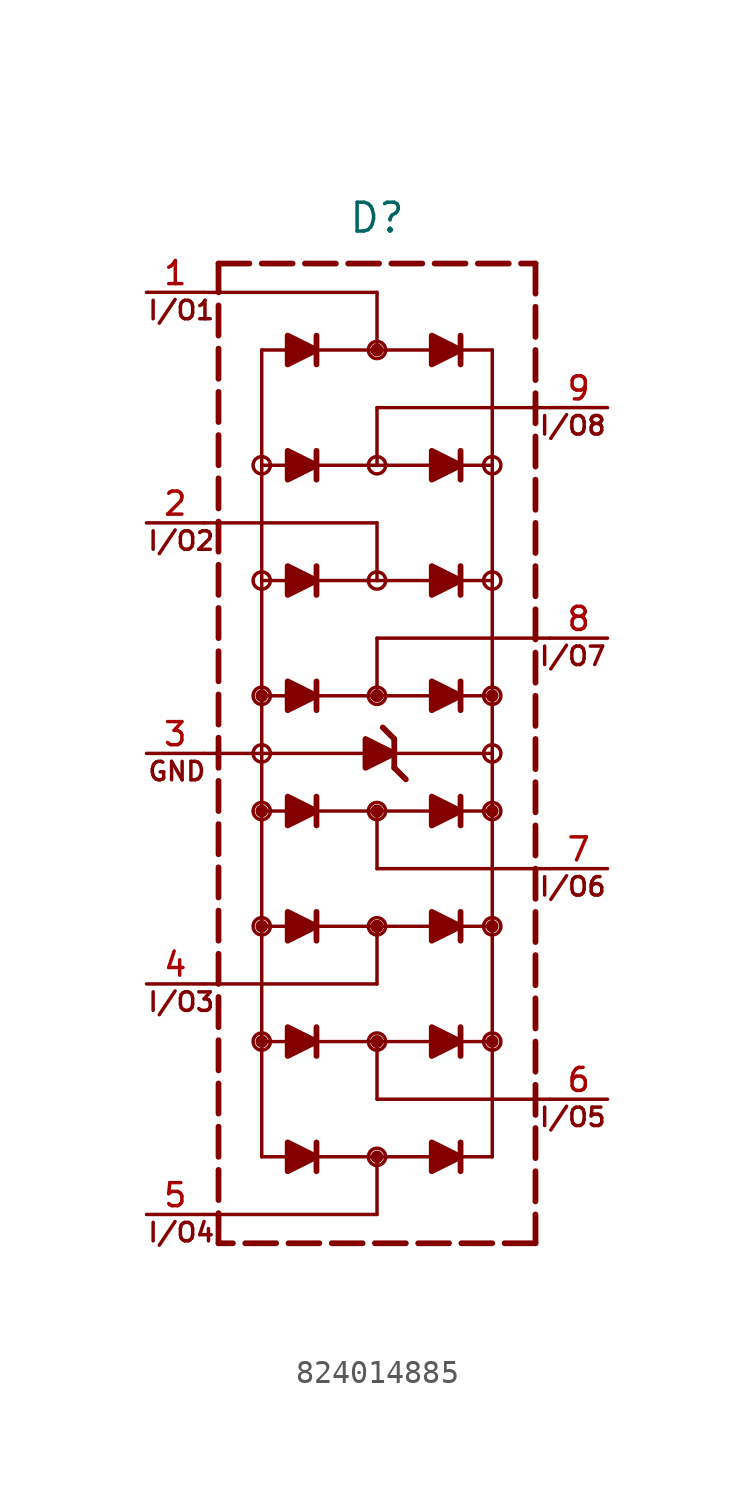
<source format=kicad_sym>
(kicad_symbol_lib
  (version 20231120)
  (generator "kicad_symbol_editor")
  (generator_version "8.0")
  (symbol "824014885"
    (pin_names
      (offset 1.016))
    (property "Reference" "D"
      (at 0 22.86 0)
      (effects (font (size 1.27 1.27)) (justify bottom)))
    (symbol "824014885_0_0"
      (circle (center -5.08 -12.7) (radius 0.025) (stroke (width 0.254) (type default)) (fill (type none)))
      (circle (center -5.08 -12.7) (radius 0.381) (stroke (width 0) (type default)) (fill (type none)))
      (circle (center -5.08 -7.62) (radius 0.025) (stroke (width 0.254) (type default)) (fill (type none)))
      (circle (center -5.08 -7.62) (radius 0.381) (stroke (width 0) (type default)) (fill (type none)))
      (circle (center -5.08 -2.54) (radius 0.025) (stroke (width 0.254) (type default)) (fill (type none)))
      (circle (center -5.08 -2.54) (radius 0.381) (stroke (width 0) (type default)) (fill (type none)))
      (circle (center -5.08 0) (radius 0.381) (stroke (width 0) (type default)) (fill (type none)))
      (circle (center -5.08 2.54) (radius 0.025) (stroke (width 0.254) (type default)) (fill (type none)))
      (circle (center -5.08 2.54) (radius 0.381) (stroke (width 0) (type default)) (fill (type none)))
      (circle (center -5.08 7.62) (radius 0.381) (stroke (width 0) (type default)) (fill (type none)))
      (circle (center -5.08 12.7) (radius 0.381) (stroke (width 0) (type default)) (fill (type none)))
      (circle (center 0 -17.78) (radius 0.025) (stroke (width 0.254) (type default)) (fill (type none)))
      (circle (center 0 -17.78) (radius 0.381) (stroke (width 0) (type default)) (fill (type none)))
      (circle (center 0 -12.7) (radius 0.025) (stroke (width 0.254) (type default)) (fill (type none)))
      (circle (center 0 -12.7) (radius 0.025) (stroke (width 0.254) (type default)) (fill (type none)))
      (circle (center 0 -12.7) (radius 0.381) (stroke (width 0) (type default)) (fill (type none)))
      (circle (center 0 -7.62) (radius 0.025) (stroke (width 0.254) (type default)) (fill (type none)))
      (circle (center 0 -7.62) (radius 0.025) (stroke (width 0.254) (type default)) (fill (type none)))
      (circle (center 0 -7.62) (radius 0.025) (stroke (width 0.254) (type default)) (fill (type none)))
      (circle (center 0 -7.62) (radius 0.381) (stroke (width 0) (type default)) (fill (type none)))
      (circle (center 0 -2.54) (radius 0.025) (stroke (width 0.254) (type default)) (fill (type none)))
      (circle (center 0 -2.54) (radius 0.025) (stroke (width 0.254) (type default)) (fill (type none)))
      (circle (center 0 -2.54) (radius 0.381) (stroke (width 0) (type default)) (fill (type none)))
      (polyline (pts (xy -6.985 -21.59) (xy -6.985 -20.262)) (stroke (width 0.254) (type default)) (fill (type none)))
      (polyline (pts (xy -6.985 -19.685) (xy -6.985 -18.357)) (stroke (width 0.254) (type default)) (fill (type none)))
      (polyline (pts (xy -6.985 -17.78) (xy -6.985 -16.452)) (stroke (width 0.254) (type default)) (fill (type none)))
      (polyline (pts (xy -6.985 -15.875) (xy -6.985 -14.547)) (stroke (width 0.254) (type default)) (fill (type none)))
      (polyline (pts (xy -6.985 -13.97) (xy -6.985 -12.642)) (stroke (width 0.254) (type default)) (fill (type none)))
      (polyline (pts (xy -6.985 -12.065) (xy -6.985 -10.737)) (stroke (width 0.254) (type default)) (fill (type none)))
      (polyline (pts (xy -6.985 -10.16) (xy -6.985 -8.832)) (stroke (width 0.254) (type default)) (fill (type none)))
      (polyline (pts (xy -6.985 -8.255) (xy -6.985 -6.927)) (stroke (width 0.254) (type default)) (fill (type none)))
      (polyline (pts (xy -6.985 -6.35) (xy -6.985 -5.022)) (stroke (width 0.254) (type default)) (fill (type none)))
      (polyline (pts (xy -6.985 -4.445) (xy -6.985 -3.117)) (stroke (width 0.254) (type default)) (fill (type none)))
      (polyline (pts (xy -6.985 -2.54) (xy -6.985 -1.212)) (stroke (width 0.254) (type default)) (fill (type none)))
      (polyline (pts (xy -6.985 -0.635) (xy -6.985 0.693)) (stroke (width 0.254) (type default)) (fill (type none)))
      (polyline (pts (xy -6.985 1.27) (xy -6.985 2.598)) (stroke (width 0.254) (type default)) (fill (type none)))
      (polyline (pts (xy -6.985 3.175) (xy -6.985 4.503)) (stroke (width 0.254) (type default)) (fill (type none)))
      (polyline (pts (xy -6.985 5.08) (xy -6.985 6.408)) (stroke (width 0.254) (type default)) (fill (type none)))
      (polyline (pts (xy -6.985 6.985) (xy -6.985 8.313)) (stroke (width 0.254) (type default)) (fill (type none)))
      (polyline (pts (xy -6.985 8.89) (xy -6.985 10.218)) (stroke (width 0.254) (type default)) (fill (type none)))
      (polyline (pts (xy -6.985 10.795) (xy -6.985 12.123)) (stroke (width 0.254) (type default)) (fill (type none)))
      (polyline (pts (xy -6.985 12.7) (xy -6.985 14.028)) (stroke (width 0.254) (type default)) (fill (type none)))
      (polyline (pts (xy -6.985 14.605) (xy -6.985 15.933)) (stroke (width 0.254) (type default)) (fill (type none)))
      (polyline (pts (xy -6.985 16.51) (xy -6.985 17.838)) (stroke (width 0.254) (type default)) (fill (type none)))
      (polyline (pts (xy -6.985 18.415) (xy -6.985 19.743)) (stroke (width 0.254) (type default)) (fill (type none)))
      (polyline (pts (xy -6.985 20.32) (xy -6.985 21.59)) (stroke (width 0.254) (type default)) (fill (type none)))
      (polyline (pts (xy -6.985 21.59) (xy -5.624 21.59)) (stroke (width 0.254) (type default)) (fill (type none)))
      (polyline (pts (xy -6.35 -21.59) (xy -6.985 -21.59)) (stroke (width 0.254) (type default)) (fill (type none)))
      (polyline (pts (xy -5.08 -2.54) (xy -5.08 -17.78)) (stroke (width 0.152) (type default)) (fill (type none)))
      (polyline (pts (xy -5.08 -2.54) (xy -5.08 0)) (stroke (width 0.152) (type default)) (fill (type none)))
      (polyline (pts (xy -5.08 0) (xy -7.62 0)) (stroke (width 0.152) (type default)) (fill (type none)))
      (polyline (pts (xy -5.08 0) (xy -5.08 17.78)) (stroke (width 0.152) (type default)) (fill (type none)))
      (polyline (pts (xy -5.08 21.59) (xy -3.719 21.59)) (stroke (width 0.254) (type default)) (fill (type none)))
      (polyline (pts (xy -4.445 -21.59) (xy -5.806 -21.59)) (stroke (width 0.254) (type default)) (fill (type none)))
      (polyline (pts (xy -3.683 -17.78) (xy -5.08 -17.78)) (stroke (width 0.152) (type default)) (fill (type none)))
      (polyline (pts (xy -3.683 -12.7) (xy -5.08 -12.7)) (stroke (width 0.152) (type default)) (fill (type none)))
      (polyline (pts (xy -3.683 -7.62) (xy -5.08 -7.62)) (stroke (width 0.152) (type default)) (fill (type none)))
      (polyline (pts (xy -3.683 -2.54) (xy -5.08 -2.54)) (stroke (width 0.152) (type default)) (fill (type none)))
      (polyline (pts (xy -3.683 2.54) (xy -5.08 2.54)) (stroke (width 0.152) (type default)) (fill (type none)))
      (polyline (pts (xy -3.683 7.62) (xy -5.08 7.62)) (stroke (width 0.152) (type default)) (fill (type none)))
      (polyline (pts (xy -3.683 12.7) (xy -5.08 12.7)) (stroke (width 0.152) (type default)) (fill (type none)))
      (polyline (pts (xy -3.683 17.78) (xy -5.08 17.78)) (stroke (width 0.152) (type default)) (fill (type none)))
      (polyline (pts (xy -3.175 21.59) (xy -1.814 21.59)) (stroke (width 0.254) (type default)) (fill (type none)))
      (polyline (pts (xy -2.667 -17.145) (xy -2.667 -18.415)) (stroke (width 0.254) (type default)) (fill (type none)))
      (polyline (pts (xy -2.667 -12.065) (xy -2.667 -13.335)) (stroke (width 0.254) (type default)) (fill (type none)))
      (polyline (pts (xy -2.667 -6.985) (xy -2.667 -8.255)) (stroke (width 0.254) (type default)) (fill (type none)))
      (polyline (pts (xy -2.667 -1.905) (xy -2.667 -3.175)) (stroke (width 0.254) (type default)) (fill (type none)))
      (polyline (pts (xy -2.667 3.175) (xy -2.667 1.905)) (stroke (width 0.254) (type default)) (fill (type none)))
      (polyline (pts (xy -2.667 8.255) (xy -2.667 6.985)) (stroke (width 0.254) (type default)) (fill (type none)))
      (polyline (pts (xy -2.667 13.335) (xy -2.667 12.065)) (stroke (width 0.254) (type default)) (fill (type none)))
      (polyline (pts (xy -2.667 18.415) (xy -2.667 17.145)) (stroke (width 0.254) (type default)) (fill (type none)))
      (polyline (pts (xy -2.54 -21.59) (xy -3.901 -21.59)) (stroke (width 0.254) (type default)) (fill (type none)))
      (polyline (pts (xy -2.54 -17.78) (xy 0 -17.78)) (stroke (width 0.152) (type default)) (fill (type none)))
      (polyline (pts (xy -2.54 -12.7) (xy 0 -12.7)) (stroke (width 0.152) (type default)) (fill (type none)))
      (polyline (pts (xy -2.54 -7.62) (xy 0 -7.62)) (stroke (width 0.152) (type default)) (fill (type none)))
      (polyline (pts (xy -2.54 -2.54) (xy 0 -2.54)) (stroke (width 0.152) (type default)) (fill (type none)))
      (polyline (pts (xy -2.54 2.54) (xy 0 2.54)) (stroke (width 0.152) (type default)) (fill (type none)))
      (polyline (pts (xy -2.54 7.62) (xy 0 7.62)) (stroke (width 0.152) (type default)) (fill (type none)))
      (polyline (pts (xy -2.54 12.7) (xy 0 12.7)) (stroke (width 0.152) (type default)) (fill (type none)))
      (polyline (pts (xy -2.54 17.78) (xy 0 17.78)) (stroke (width 0.152) (type default)) (fill (type none)))
      (polyline (pts (xy -1.27 21.59) (xy 0.091 21.59)) (stroke (width 0.254) (type default)) (fill (type none)))
      (polyline (pts (xy -0.635 -21.59) (xy -1.996 -21.59)) (stroke (width 0.254) (type default)) (fill (type none)))
      (polyline (pts (xy -0.508 0) (xy -5.08 0)) (stroke (width 0.152) (type default)) (fill (type none)))
      (polyline (pts (xy 0 -20.32) (xy -7.62 -20.32)) (stroke (width 0.152) (type default)) (fill (type none)))
      (polyline (pts (xy 0 -17.78) (xy 0 -20.32)) (stroke (width 0.152) (type default)) (fill (type none)))
      (polyline (pts (xy 0 -17.78) (xy 2.54 -17.78)) (stroke (width 0.152) (type default)) (fill (type none)))
      (polyline (pts (xy 0 -15.24) (xy 7.62 -15.24)) (stroke (width 0.152) (type default)) (fill (type none)))
      (polyline (pts (xy 0 -12.7) (xy 0 -15.24)) (stroke (width 0.152) (type default)) (fill (type none)))
      (polyline (pts (xy 0 -12.7) (xy 2.54 -12.7)) (stroke (width 0.152) (type default)) (fill (type none)))
      (polyline (pts (xy 0 -10.16) (xy -7.62 -10.16)) (stroke (width 0.152) (type default)) (fill (type none)))
      (polyline (pts (xy 0 -7.62) (xy 0 -10.16)) (stroke (width 0.152) (type default)) (fill (type none)))
      (polyline (pts (xy 0 -7.62) (xy 2.54 -7.62)) (stroke (width 0.152) (type default)) (fill (type none)))
      (polyline (pts (xy 0 -5.08) (xy 7.62 -5.08)) (stroke (width 0.152) (type default)) (fill (type none)))
      (polyline (pts (xy 0 -2.54) (xy 0 -5.08)) (stroke (width 0.152) (type default)) (fill (type none)))
      (polyline (pts (xy 0 -2.54) (xy 2.54 -2.54)) (stroke (width 0.152) (type default)) (fill (type none)))
      (polyline (pts (xy 0 2.54) (xy 0 5.08)) (stroke (width 0.152) (type default)) (fill (type none)))
      (polyline (pts (xy 0 2.54) (xy 2.54 2.54)) (stroke (width 0.152) (type default)) (fill (type none)))
      (polyline (pts (xy 0 5.08) (xy 7.62 5.08)) (stroke (width 0.152) (type default)) (fill (type none)))
      (polyline (pts (xy 0 7.62) (xy 0 10.16)) (stroke (width 0.152) (type default)) (fill (type none)))
      (polyline (pts (xy 0 7.62) (xy 2.54 7.62)) (stroke (width 0.152) (type default)) (fill (type none)))
      (polyline (pts (xy 0 10.16) (xy -7.62 10.16)) (stroke (width 0.152) (type default)) (fill (type none)))
      (polyline (pts (xy 0 12.7) (xy 0 15.24)) (stroke (width 0.152) (type default)) (fill (type none)))
      (polyline (pts (xy 0 12.7) (xy 2.54 12.7)) (stroke (width 0.152) (type default)) (fill (type none)))
      (polyline (pts (xy 0 15.24) (xy 7.62 15.24)) (stroke (width 0.152) (type default)) (fill (type none)))
      (polyline (pts (xy 0 17.78) (xy 0 20.32)) (stroke (width 0.152) (type default)) (fill (type none)))
      (polyline (pts (xy 0 17.78) (xy 2.54 17.78)) (stroke (width 0.152) (type default)) (fill (type none)))
      (polyline (pts (xy 0 20.32) (xy -7.62 20.32)) (stroke (width 0.152) (type default)) (fill (type none)))
      (polyline (pts (xy 0.635 21.59) (xy 1.996 21.59)) (stroke (width 0.254) (type default)) (fill (type none)))
      (polyline (pts (xy 0.762 -0.635) (xy 1.27 -1.143)) (stroke (width 0.254) (type default)) (fill (type none)))
      (polyline (pts (xy 0.762 0.635) (xy 0.254 1.143)) (stroke (width 0.254) (type default)) (fill (type none)))
      (polyline (pts (xy 0.762 0.635) (xy 0.762 -0.635)) (stroke (width 0.254) (type default)) (fill (type none)))
      (polyline (pts (xy 1.27 -21.59) (xy -0.091 -21.59)) (stroke (width 0.254) (type default)) (fill (type none)))
      (polyline (pts (xy 2.54 21.59) (xy 3.901 21.59)) (stroke (width 0.254) (type default)) (fill (type none)))
      (polyline (pts (xy 3.175 -21.59) (xy 1.814 -21.59)) (stroke (width 0.254) (type default)) (fill (type none)))
      (polyline (pts (xy 3.683 -17.78) (xy 3.683 -18.415)) (stroke (width 0.254) (type default)) (fill (type none)))
      (polyline (pts (xy 3.683 -17.78) (xy 5.08 -17.78)) (stroke (width 0.152) (type default)) (fill (type none)))
      (polyline (pts (xy 3.683 -17.145) (xy 3.683 -17.78)) (stroke (width 0.254) (type default)) (fill (type none)))
      (polyline (pts (xy 3.683 -12.7) (xy 3.683 -13.335)) (stroke (width 0.254) (type default)) (fill (type none)))
      (polyline (pts (xy 3.683 -12.7) (xy 5.08 -12.7)) (stroke (width 0.152) (type default)) (fill (type none)))
      (polyline (pts (xy 3.683 -12.065) (xy 3.683 -12.7)) (stroke (width 0.254) (type default)) (fill (type none)))
      (polyline (pts (xy 3.683 -7.62) (xy 3.683 -8.255)) (stroke (width 0.254) (type default)) (fill (type none)))
      (polyline (pts (xy 3.683 -7.62) (xy 5.08 -7.62)) (stroke (width 0.152) (type default)) (fill (type none)))
      (polyline (pts (xy 3.683 -6.985) (xy 3.683 -7.62)) (stroke (width 0.254) (type default)) (fill (type none)))
      (polyline (pts (xy 3.683 -2.54) (xy 3.683 -3.175)) (stroke (width 0.254) (type default)) (fill (type none)))
      (polyline (pts (xy 3.683 -2.54) (xy 5.08 -2.54)) (stroke (width 0.152) (type default)) (fill (type none)))
      (polyline (pts (xy 3.683 -1.905) (xy 3.683 -2.54)) (stroke (width 0.254) (type default)) (fill (type none)))
      (polyline (pts (xy 3.683 2.54) (xy 3.683 1.905)) (stroke (width 0.254) (type default)) (fill (type none)))
      (polyline (pts (xy 3.683 2.54) (xy 5.08 2.54)) (stroke (width 0.152) (type default)) (fill (type none)))
      (polyline (pts (xy 3.683 3.175) (xy 3.683 2.54)) (stroke (width 0.254) (type default)) (fill (type none)))
      (polyline (pts (xy 3.683 7.62) (xy 3.683 6.985)) (stroke (width 0.254) (type default)) (fill (type none)))
      (polyline (pts (xy 3.683 7.62) (xy 5.08 7.62)) (stroke (width 0.152) (type default)) (fill (type none)))
      (polyline (pts (xy 3.683 8.255) (xy 3.683 7.62)) (stroke (width 0.254) (type default)) (fill (type none)))
      (polyline (pts (xy 3.683 12.7) (xy 3.683 12.065)) (stroke (width 0.254) (type default)) (fill (type none)))
      (polyline (pts (xy 3.683 12.7) (xy 5.08 12.7)) (stroke (width 0.152) (type default)) (fill (type none)))
      (polyline (pts (xy 3.683 13.335) (xy 3.683 12.7)) (stroke (width 0.254) (type default)) (fill (type none)))
      (polyline (pts (xy 3.683 17.78) (xy 3.683 17.145)) (stroke (width 0.254) (type default)) (fill (type none)))
      (polyline (pts (xy 3.683 17.78) (xy 5.08 17.78)) (stroke (width 0.152) (type default)) (fill (type none)))
      (polyline (pts (xy 3.683 18.415) (xy 3.683 17.78)) (stroke (width 0.254) (type default)) (fill (type none)))
      (polyline (pts (xy 4.445 21.59) (xy 5.806 21.59)) (stroke (width 0.254) (type default)) (fill (type none)))
      (polyline (pts (xy 5.08 -21.59) (xy 3.719 -21.59)) (stroke (width 0.254) (type default)) (fill (type none)))
      (polyline (pts (xy 5.08 0) (xy 0.254 0)) (stroke (width 0.152) (type default)) (fill (type none)))
      (polyline (pts (xy 5.08 17.78) (xy 5.08 -17.78)) (stroke (width 0.152) (type default)) (fill (type none)))
      (polyline (pts (xy 6.35 21.59) (xy 6.985 21.59)) (stroke (width 0.254) (type default)) (fill (type none)))
      (polyline (pts (xy 6.985 -21.59) (xy 5.624 -21.59)) (stroke (width 0.254) (type default)) (fill (type none)))
      (polyline (pts (xy 6.985 -20.32) (xy 6.985 -21.59)) (stroke (width 0.254) (type default)) (fill (type none)))
      (polyline (pts (xy 6.985 -18.415) (xy 6.985 -19.743)) (stroke (width 0.254) (type default)) (fill (type none)))
      (polyline (pts (xy 6.985 -16.51) (xy 6.985 -17.838)) (stroke (width 0.254) (type default)) (fill (type none)))
      (polyline (pts (xy 6.985 -14.605) (xy 6.985 -15.933)) (stroke (width 0.254) (type default)) (fill (type none)))
      (polyline (pts (xy 6.985 -12.7) (xy 6.985 -14.028)) (stroke (width 0.254) (type default)) (fill (type none)))
      (polyline (pts (xy 6.985 -10.795) (xy 6.985 -12.123)) (stroke (width 0.254) (type default)) (fill (type none)))
      (polyline (pts (xy 6.985 -8.89) (xy 6.985 -10.218)) (stroke (width 0.254) (type default)) (fill (type none)))
      (polyline (pts (xy 6.985 -6.985) (xy 6.985 -8.313)) (stroke (width 0.254) (type default)) (fill (type none)))
      (polyline (pts (xy 6.985 -5.08) (xy 6.985 -6.408)) (stroke (width 0.254) (type default)) (fill (type none)))
      (polyline (pts (xy 6.985 -3.175) (xy 6.985 -4.503)) (stroke (width 0.254) (type default)) (fill (type none)))
      (polyline (pts (xy 6.985 -1.27) (xy 6.985 -2.598)) (stroke (width 0.254) (type default)) (fill (type none)))
      (polyline (pts (xy 6.985 0.635) (xy 6.985 -0.693)) (stroke (width 0.254) (type default)) (fill (type none)))
      (polyline (pts (xy 6.985 2.54) (xy 6.985 1.212)) (stroke (width 0.254) (type default)) (fill (type none)))
      (polyline (pts (xy 6.985 4.445) (xy 6.985 3.117)) (stroke (width 0.254) (type default)) (fill (type none)))
      (polyline (pts (xy 6.985 6.35) (xy 6.985 5.022)) (stroke (width 0.254) (type default)) (fill (type none)))
      (polyline (pts (xy 6.985 8.255) (xy 6.985 6.927)) (stroke (width 0.254) (type default)) (fill (type none)))
      (polyline (pts (xy 6.985 10.16) (xy 6.985 8.832)) (stroke (width 0.254) (type default)) (fill (type none)))
      (polyline (pts (xy 6.985 12.065) (xy 6.985 10.737)) (stroke (width 0.254) (type default)) (fill (type none)))
      (polyline (pts (xy 6.985 13.97) (xy 6.985 12.642)) (stroke (width 0.254) (type default)) (fill (type none)))
      (polyline (pts (xy 6.985 15.875) (xy 6.985 14.547)) (stroke (width 0.254) (type default)) (fill (type none)))
      (polyline (pts (xy 6.985 17.78) (xy 6.985 16.452)) (stroke (width 0.254) (type default)) (fill (type none)))
      (polyline (pts (xy 6.985 19.685) (xy 6.985 18.357)) (stroke (width 0.254) (type default)) (fill (type none)))
      (polyline (pts (xy 6.985 21.59) (xy 6.985 20.262)) (stroke (width 0.254) (type default)) (fill (type none)))
      (polyline (pts (xy -3.937 -17.145) (xy -2.667 -17.78) (xy -3.937 -18.415) (xy -3.937 -17.145)) (stroke (width 0.254) (type default)) (fill (type outline)))
      (polyline (pts (xy -3.937 -12.065) (xy -2.667 -12.7) (xy -3.937 -13.335) (xy -3.937 -12.065)) (stroke (width 0.254) (type default)) (fill (type outline)))
      (polyline (pts (xy -3.937 -6.985) (xy -2.667 -7.62) (xy -3.937 -8.255) (xy -3.937 -6.985)) (stroke (width 0.254) (type default)) (fill (type outline)))
      (polyline (pts (xy -3.937 -1.905) (xy -2.667 -2.54) (xy -3.937 -3.175) (xy -3.937 -1.905)) (stroke (width 0.254) (type default)) (fill (type outline)))
      (polyline (pts (xy -3.937 3.175) (xy -2.667 2.54) (xy -3.937 1.905) (xy -3.937 3.175)) (stroke (width 0.254) (type default)) (fill (type outline)))
      (polyline (pts (xy -3.937 8.255) (xy -2.667 7.62) (xy -3.937 6.985) (xy -3.937 8.255)) (stroke (width 0.254) (type default)) (fill (type outline)))
      (polyline (pts (xy -3.937 13.335) (xy -2.667 12.7) (xy -3.937 12.065) (xy -3.937 13.335)) (stroke (width 0.254) (type default)) (fill (type outline)))
      (polyline (pts (xy -3.937 18.415) (xy -2.667 17.78) (xy -3.937 17.145) (xy -3.937 18.415)) (stroke (width 0.254) (type default)) (fill (type outline)))
      (polyline (pts (xy -0.508 0.635) (xy 0.762 0) (xy -0.508 -0.635) (xy -0.508 0.635)) (stroke (width 0.254) (type default)) (fill (type outline)))
      (polyline (pts (xy 2.413 -17.145) (xy 3.683 -17.78) (xy 2.413 -18.415) (xy 2.413 -17.145)) (stroke (width 0.254) (type default)) (fill (type outline)))
      (polyline (pts (xy 2.413 -12.065) (xy 3.683 -12.7) (xy 2.413 -13.335) (xy 2.413 -12.065)) (stroke (width 0.254) (type default)) (fill (type outline)))
      (polyline (pts (xy 2.413 -6.985) (xy 3.683 -7.62) (xy 2.413 -8.255) (xy 2.413 -6.985)) (stroke (width 0.254) (type default)) (fill (type outline)))
      (polyline (pts (xy 2.413 -1.905) (xy 3.683 -2.54) (xy 2.413 -3.175) (xy 2.413 -1.905)) (stroke (width 0.254) (type default)) (fill (type outline)))
      (polyline (pts (xy 2.413 3.175) (xy 3.683 2.54) (xy 2.413 1.905) (xy 2.413 3.175)) (stroke (width 0.254) (type default)) (fill (type outline)))
      (polyline (pts (xy 2.413 8.255) (xy 3.683 7.62) (xy 2.413 6.985) (xy 2.413 8.255)) (stroke (width 0.254) (type default)) (fill (type outline)))
      (polyline (pts (xy 2.413 13.335) (xy 3.683 12.7) (xy 2.413 12.065) (xy 2.413 13.335)) (stroke (width 0.254) (type default)) (fill (type outline)))
      (polyline (pts (xy 2.413 18.415) (xy 3.683 17.78) (xy 2.413 17.145) (xy 2.413 18.415)) (stroke (width 0.254) (type default)) (fill (type outline)))
      (circle (center 0 2.54) (radius 0.025) (stroke (width 0.254) (type default)) (fill (type none)))
      (circle (center 0 2.54) (radius 0.025) (stroke (width 0.254) (type default)) (fill (type none)))
      (circle (center 0 2.54) (radius 0.381) (stroke (width 0) (type default)) (fill (type none)))
      (circle (center 0 7.62) (radius 0.381) (stroke (width 0) (type default)) (fill (type none)))
      (circle (center 0 12.7) (radius 0.381) (stroke (width 0) (type default)) (fill (type none)))
      (circle (center 0 17.78) (radius 0.025) (stroke (width 0.254) (type default)) (fill (type none)))
      (circle (center 0 17.78) (radius 0.025) (stroke (width 0.254) (type default)) (fill (type none)))
      (circle (center 0 17.78) (radius 0.381) (stroke (width 0) (type default)) (fill (type none)))
      (circle (center 5.08 -12.7) (radius 0.025) (stroke (width 0.254) (type default)) (fill (type none)))
      (circle (center 5.08 -12.7) (radius 0.381) (stroke (width 0) (type default)) (fill (type none)))
      (circle (center 5.08 -7.62) (radius 0.025) (stroke (width 0.254) (type default)) (fill (type none)))
      (circle (center 5.08 -7.62) (radius 0.381) (stroke (width 0) (type default)) (fill (type none)))
      (circle (center 5.08 -2.54) (radius 0.025) (stroke (width 0.254) (type default)) (fill (type none)))
      (circle (center 5.08 -2.54) (radius 0.381) (stroke (width 0) (type default)) (fill (type none)))
      (circle (center 5.08 0) (radius 0.381) (stroke (width 0) (type default)) (fill (type none)))
      (circle (center 5.08 2.54) (radius 0.025) (stroke (width 0.254) (type default)) (fill (type none)))
      (circle (center 5.08 2.54) (radius 0.381) (stroke (width 0) (type default)) (fill (type none)))
      (circle (center 5.08 7.62) (radius 0.381) (stroke (width 0) (type default)) (fill (type none)))
      (circle (center 5.08 12.7) (radius 0.381) (stroke (width 0) (type default)) (fill (type none)))
      (text "GND" (at -10.16 -1.27 0) (effects (font (size 0.813 0.813)) (justify left bottom)))
      (text "I/O1" (at -10.16 19.05 0) (effects (font (size 0.813 0.813)) (justify left bottom)))
      (text "I/O2" (at -10.16 8.89 0) (effects (font (size 0.813 0.813)) (justify left bottom)))
      (text "I/O3" (at -10.16 -11.43 0) (effects (font (size 0.813 0.813)) (justify left bottom)))
      (text "I/O4" (at -10.16 -21.59 0) (effects (font (size 0.813 0.813)) (justify left bottom)))
      (text "I/O5" (at 10.16 -16.51 0) (effects (font (size 0.813 0.813)) (justify right bottom)))
      (text "I/O6" (at 10.16 -6.35 0) (effects (font (size 0.813 0.813)) (justify right bottom)))
      (text "I/O7" (at 10.16 3.81 0) (effects (font (size 0.813 0.813)) (justify right bottom)))
      (text "I/O8" (at 10.16 13.97 0) (effects (font (size 0.813 0.813)) (justify right bottom)))
      (pin passive line (at -10.16 20.32 0) (length 2.54) (name "~" (effects (font (size 1.016 1.016)))) (number "1" (effects (font (size 1.016 1.016)))))
      (pin passive line (at -10.16 10.16 0) (length 2.54) (name "~" (effects (font (size 1.016 1.016)))) (number "2" (effects (font (size 1.016 1.016)))))
      (pin passive line (at -10.16 0 0) (length 2.54) (name "~" (effects (font (size 1.016 1.016)))) (number "3" (effects (font (size 1.016 1.016)))))
      (pin passive line (at -10.16 -10.16 0) (length 2.54) (name "~" (effects (font (size 1.016 1.016)))) (number "4" (effects (font (size 1.016 1.016)))))
      (pin passive line (at -10.16 -20.32 0) (length 2.54) (name "~" (effects (font (size 1.016 1.016)))) (number "5" (effects (font (size 1.016 1.016)))))
      (pin passive line (at 10.16 -15.24 180) (length 2.54) (name "~" (effects (font (size 1.016 1.016)))) (number "6" (effects (font (size 1.016 1.016)))))
      (pin passive line (at 10.16 -5.08 180) (length 2.54) (name "~" (effects (font (size 1.016 1.016)))) (number "7" (effects (font (size 1.016 1.016)))))
      (pin passive line (at 10.16 5.08 180) (length 2.54) (name "~" (effects (font (size 1.016 1.016)))) (number "8" (effects (font (size 1.016 1.016)))))
      (pin passive line (at 10.16 15.24 180) (length 2.54) (name "~" (effects (font (size 1.016 1.016)))) (number "9" (effects (font (size 1.016 1.016))))))))
</source>
